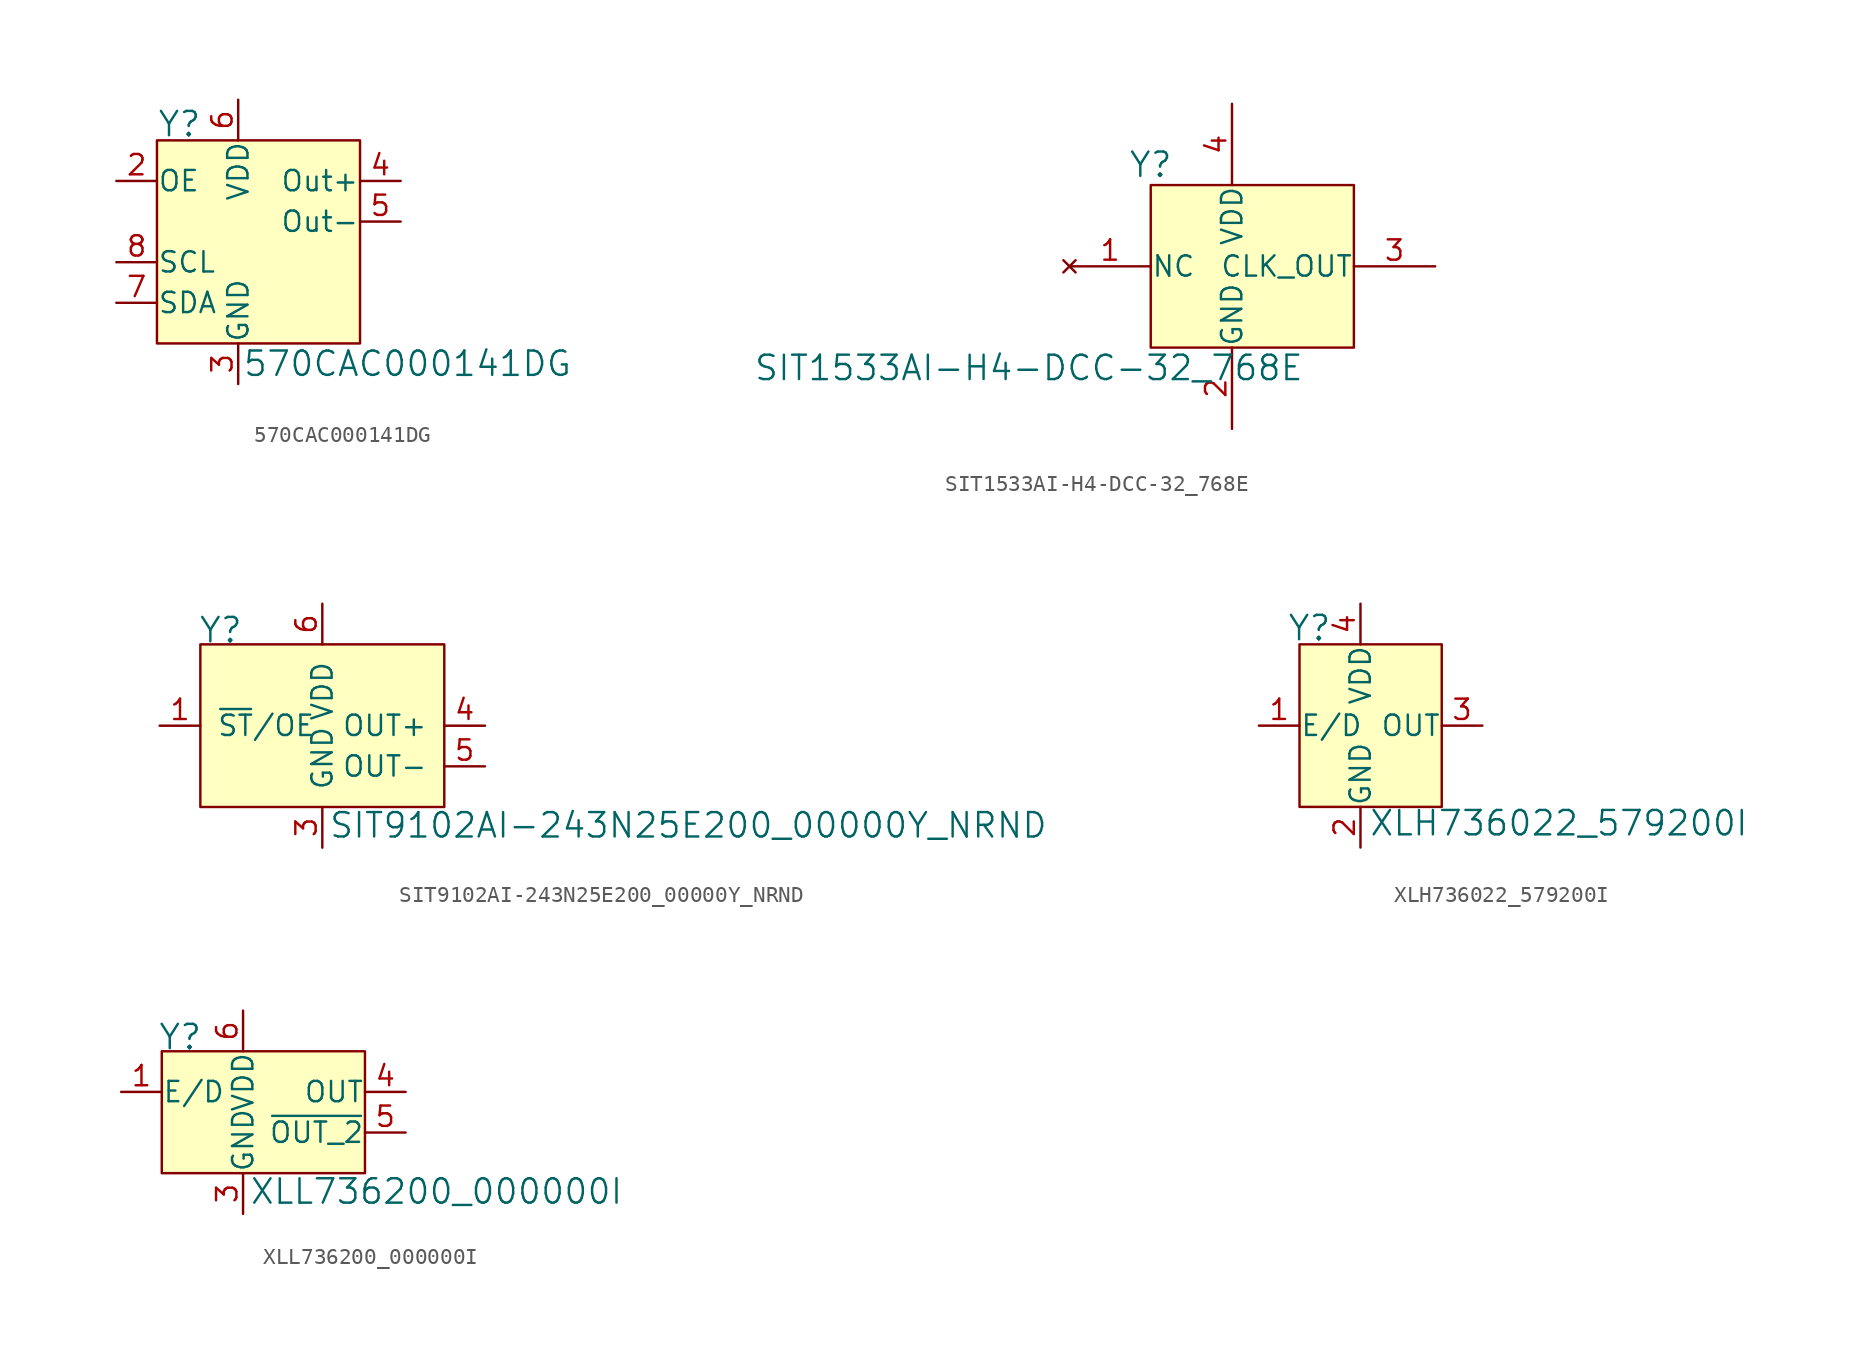
<source format=kicad_sym>
(kicad_symbol_lib
  (version 20201005)
  (generator kicad_symbol_editor)
  (symbol "570CAC000141DG"
    (pin_names
      (offset 0.025))
    (property "Reference" "Y"
      (at -7.62 6.096 0)
      (effects (font (size 1.524 1.524)) (justify left)))
    (property "Value" "570CAC000141DG"
      (at -2.286 -8.89 0)
      (effects (font (size 1.524 1.524)) (justify left)))
    (symbol "570CAC000141DG_0_1"
      (rectangle (start -7.62 5.08) (end 5.08 -7.62) (stroke (width 0)) (fill (type background))))
    (symbol "570CAC000141DG_1_1"
      (pin no_connect line (at -7.62 0 0) (length 2.54) hide (name "NC" (effects (font (size 1.27 1.27)))) (number "1" (effects (font (size 1.27 1.27)))))
      (pin input line (at -10.16 2.54 0) (length 2.54) (name "OE" (effects (font (size 1.27 1.27)))) (number "2" (effects (font (size 1.27 1.27)))))
      (pin power_in line (at -2.54 -10.16 90) (length 2.54) (name "GND" (effects (font (size 1.27 1.27)))) (number "3" (effects (font (size 1.27 1.27)))))
      (pin output line (at 7.62 2.54 180) (length 2.54) (name "Out+" (effects (font (size 1.27 1.27)))) (number "4" (effects (font (size 1.27 1.27)))))
      (pin output line (at 7.62 0 180) (length 2.54) (name "Out-" (effects (font (size 1.27 1.27)))) (number "5" (effects (font (size 1.27 1.27)))))
      (pin power_in line (at -2.54 7.62 270) (length 2.54) (name "VDD" (effects (font (size 1.27 1.27)))) (number "6" (effects (font (size 1.27 1.27)))))
      (pin bidirectional line (at -10.16 -5.08 0) (length 2.54) (name "SDA" (effects (font (size 1.27 1.27)))) (number "7" (effects (font (size 1.27 1.27)))))
      (pin input line (at -10.16 -2.54 0) (length 2.54) (name "SCL" (effects (font (size 1.27 1.27)))) (number "8" (effects (font (size 1.27 1.27)))))))
  (symbol "SIT1533AI-H4-DCC-32_768E"
    (pin_names
      (offset 0.025))
    (property "Reference" "Y"
      (at -5.08 6.35 0)
      (effects (font (size 1.524 1.524))))
    (property "Value" "SIT1533AI-H4-DCC-32_768E"
      (at -12.7 -6.35 0)
      (effects (font (size 1.524 1.524))))
    (symbol "SIT1533AI-H4-DCC-32_768E_0_1"
      (rectangle (start 7.62 5.08) (end -5.08 -5.08) (stroke (width 0)) (fill (type background))))
    (symbol "SIT1533AI-H4-DCC-32_768E_1_1"
      (pin no_connect line (at -10.16 0 0) (length 5.08) (name "NC" (effects (font (size 1.27 1.27)))) (number "1" (effects (font (size 1.27 1.27)))))
      (pin power_in line (at 0 -10.16 90) (length 5.08) (name "GND" (effects (font (size 1.27 1.27)))) (number "2" (effects (font (size 1.27 1.27)))))
      (pin output line (at 12.7 0 180) (length 5.08) (name "CLK_OUT" (effects (font (size 1.27 1.27)))) (number "3" (effects (font (size 1.27 1.27)))))
      (pin power_in line (at 0 10.16 270) (length 5.08) (name "VDD" (effects (font (size 1.27 1.27)))) (number "4" (effects (font (size 1.27 1.27)))))))
  (symbol "SIT9102AI-243N25E200_00000Y_NRND"
    (pin_names
      (offset 1.016))
    (property "Reference" "Y"
      (at -10.287 5.969 0)
      (effects (font (size 1.524 1.524)) (justify left)))
    (property "Value" "SIT9102AI-243N25E200_00000Y_NRND"
      (at -2.159 -6.223 0)
      (effects (font (size 1.524 1.524)) (justify left)))
    (symbol "SIT9102AI-243N25E200_00000Y_NRND_0_1"
      (rectangle (start -10.16 5.08) (end 5.08 -5.08) (stroke (width 0)) (fill (type background))))
    (symbol "SIT9102AI-243N25E200_00000Y_NRND_1_1"
      (pin output line (at -12.7 0 0) (length 2.54) (name "~ST~/OE" (effects (font (size 1.27 1.27)))) (number "1" (effects (font (size 1.27 1.27)))))
      (pin no_connect line (at -10.16 -2.54 0) (length 2.54) hide (name "NC" (effects (font (size 1.27 1.27)))) (number "2" (effects (font (size 1.27 1.27)))))
      (pin power_in line (at -2.54 -7.62 90) (length 2.54) (name "GND" (effects (font (size 1.27 1.27)))) (number "3" (effects (font (size 1.27 1.27)))))
      (pin output line (at 7.62 0 180) (length 2.54) (name "OUT+" (effects (font (size 1.27 1.27)))) (number "4" (effects (font (size 1.27 1.27)))))
      (pin output line (at 7.62 -2.54 180) (length 2.54) (name "OUT-" (effects (font (size 1.27 1.27)))) (number "5" (effects (font (size 1.27 1.27)))))
      (pin power_in line (at -2.54 7.62 270) (length 2.54) (name "VDD" (effects (font (size 1.27 1.27)))) (number "6" (effects (font (size 1.27 1.27)))))))
  (symbol "XLH736022_579200I"
    (pin_names
      (offset 0.025))
    (property "Reference" "Y"
      (at -1.778 6.096 0)
      (effects (font (size 1.524 1.524)) (justify right)))
    (property "Value" "XLH736022_579200I"
      (at 0.508 -6.096 0)
      (effects (font (size 1.524 1.524)) (justify left)))
    (symbol "XLH736022_579200I_0_1"
      (rectangle (start 5.08 5.08) (end -3.81 -5.08) (stroke (width 0)) (fill (type background))))
    (symbol "XLH736022_579200I_1_1"
      (pin input line (at -6.35 0 0) (length 2.54) (name "E/D" (effects (font (size 1.27 1.27)))) (number "1" (effects (font (size 1.27 1.27)))))
      (pin power_in line (at 0 -7.62 90) (length 2.54) (name "GND" (effects (font (size 1.27 1.27)))) (number "2" (effects (font (size 1.27 1.27)))))
      (pin output line (at 7.62 0 180) (length 2.54) (name "OUT" (effects (font (size 1.27 1.27)))) (number "3" (effects (font (size 1.27 1.27)))))
      (pin power_in line (at 0 7.62 270) (length 2.54) (name "VDD" (effects (font (size 1.27 1.27)))) (number "4" (effects (font (size 1.27 1.27)))))))
  (symbol "XLL736200_000000I"
    (pin_names
      (offset 0.025))
    (property "Reference" "Y"
      (at -5.334 3.429 0)
      (effects (font (size 1.524 1.524)) (justify left)))
    (property "Value" "XLL736200_000000I"
      (at 0.381 -6.223 0)
      (effects (font (size 1.524 1.524)) (justify left)))
    (symbol "XLL736200_000000I_0_1"
      (rectangle (start 7.62 2.54) (end -5.08 -5.08) (stroke (width 0)) (fill (type background))))
    (symbol "XLL736200_000000I_1_1"
      (pin input line (at -7.62 0 0) (length 2.54) (name "E/D" (effects (font (size 1.27 1.27)))) (number "1" (effects (font (size 1.27 1.27)))))
      (pin no_connect line (at -5.08 -2.54 0) (length 2.54) hide (name "NC" (effects (font (size 1.27 1.27)))) (number "2" (effects (font (size 1.27 1.27)))))
      (pin power_in line (at 0 -7.62 90) (length 2.54) (name "GND" (effects (font (size 1.27 1.27)))) (number "3" (effects (font (size 1.27 1.27)))))
      (pin output line (at 10.16 0 180) (length 2.54) (name "OUT" (effects (font (size 1.27 1.27)))) (number "4" (effects (font (size 1.27 1.27)))))
      (pin output line (at 10.16 -2.54 180) (length 2.54) (name "~OUT_2" (effects (font (size 1.27 1.27)))) (number "5" (effects (font (size 1.27 1.27)))))
      (pin power_in line (at 0 5.08 270) (length 2.54) (name "VDD" (effects (font (size 1.27 1.27)))) (number "6" (effects (font (size 1.27 1.27))))))))
</source>
